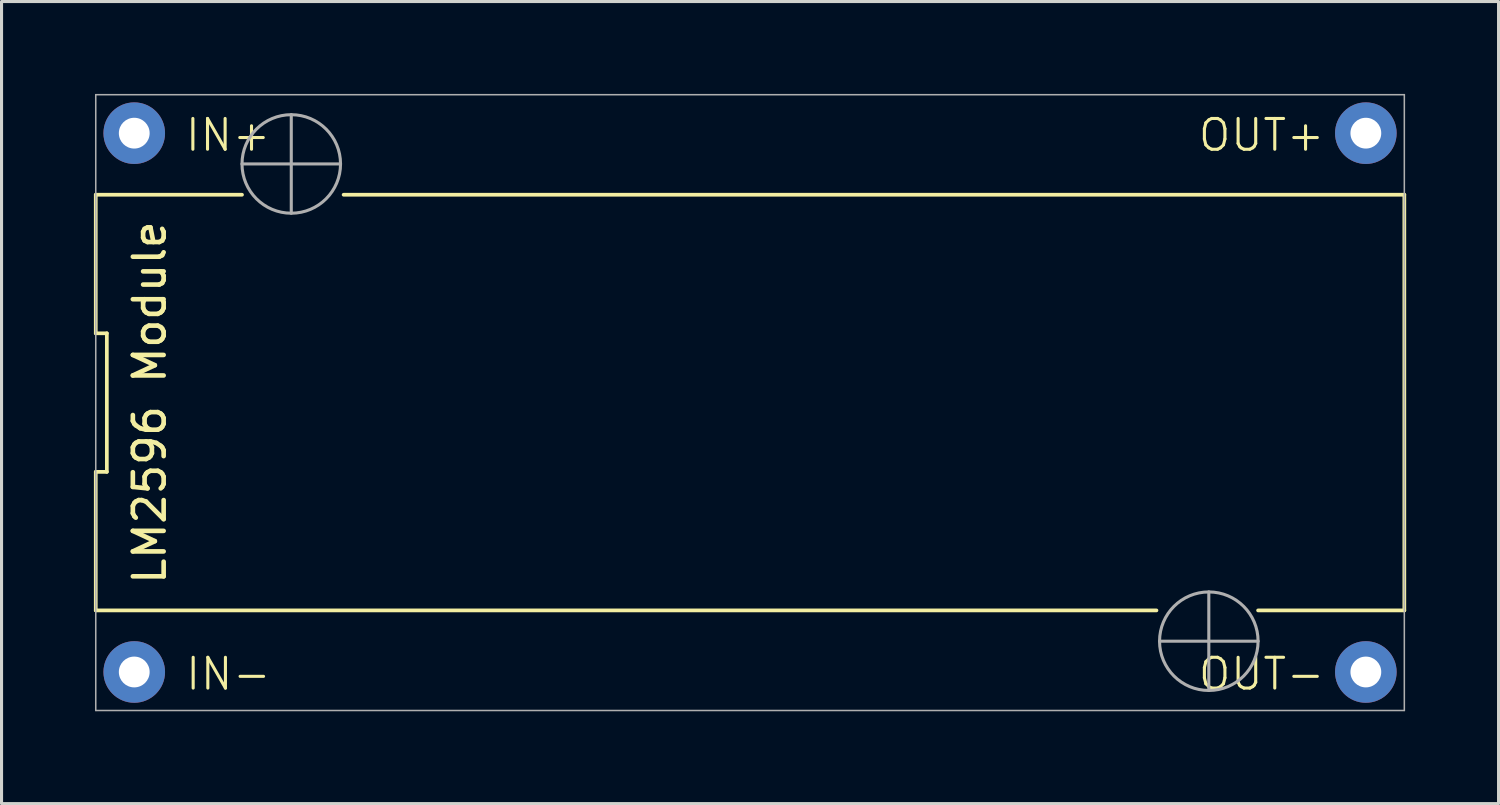
<source format=kicad_pcb>
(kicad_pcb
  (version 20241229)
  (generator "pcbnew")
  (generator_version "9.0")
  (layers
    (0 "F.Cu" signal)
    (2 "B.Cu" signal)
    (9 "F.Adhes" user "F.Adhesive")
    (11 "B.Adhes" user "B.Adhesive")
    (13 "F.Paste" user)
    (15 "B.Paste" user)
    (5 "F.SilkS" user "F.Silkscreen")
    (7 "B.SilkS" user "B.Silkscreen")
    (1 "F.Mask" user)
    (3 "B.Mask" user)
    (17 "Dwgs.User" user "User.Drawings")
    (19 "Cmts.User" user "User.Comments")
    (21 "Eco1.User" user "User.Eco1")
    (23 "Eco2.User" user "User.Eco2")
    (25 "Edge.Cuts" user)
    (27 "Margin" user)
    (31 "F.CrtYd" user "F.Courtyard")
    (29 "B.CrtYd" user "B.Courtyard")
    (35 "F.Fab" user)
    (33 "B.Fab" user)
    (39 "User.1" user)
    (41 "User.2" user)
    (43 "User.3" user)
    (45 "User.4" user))
  (footprint "LM2596 Module"
    (layer "F.Cu")
    (at 21.31 10.025)
    (property "Reference" "LM2596 Module" (at -19.5 0 90) (layer "F.SilkS") (effects (font (size 1 1) (thickness 0.15))))
    (attr through_hole)
    (fp_line (start -21.25 -6.75) (end -21.25 -2.25) (stroke (width 0.12) (type default)) (layer "F.SilkS"))
    (fp_line (start -21.25 -2.25) (end -20.89 -2.25) (stroke (width 0.12) (type default)) (layer "F.SilkS"))
    (fp_line (start -21.25 2.25) (end -21.25 6.75) (stroke (width 0.12) (type default)) (layer "F.SilkS"))
    (fp_line (start -21.25 6.75) (end 13.2 6.75) (stroke (width 0.12) (type default)) (layer "F.SilkS"))
    (fp_line (start -20.89 -2.25) (end -20.89 2.25) (stroke (width 0.12) (type default)) (layer "F.SilkS"))
    (fp_line (start -20.89 2.25) (end -21.25 2.25) (stroke (width 0.12) (type default)) (layer "F.SilkS"))
    (fp_line (start -16.5 -6.75) (end -21.25 -6.75) (stroke (width 0.12) (type default)) (layer "F.SilkS"))
    (fp_line (start 16.5 6.75) (end 21.25 6.75) (stroke (width 0.12) (type default)) (layer "F.SilkS"))
    (fp_line (start 21.25 -6.75) (end -13.2 -6.75) (stroke (width 0.12) (type default)) (layer "F.SilkS"))
    (fp_line (start 21.25 6.75) (end 21.25 -6.75) (stroke (width 0.12) (type default)) (layer "F.SilkS"))
    (fp_line (start -21.25 -10) (end 21.25 -10) (stroke (width 0.05) (type default)) (layer "F.Fab"))
    (fp_line (start -21.25 10) (end -21.25 -10) (stroke (width 0.05) (type default)) (layer "F.Fab"))
    (fp_line (start -14.9 -6.15) (end -14.9 -9.35) (stroke (width 0.1) (type default)) (layer "F.Fab"))
    (fp_line (start -13.3 -7.75) (end -16.5 -7.75) (stroke (width 0.1) (type default)) (layer "F.Fab"))
    (fp_line (start 14.9 6.15) (end 14.9 9.35) (stroke (width 0.1) (type default)) (layer "F.Fab"))
    (fp_line (start 16.5 7.75) (end 13.3 7.75) (stroke (width 0.1) (type default)) (layer "F.Fab"))
    (fp_line (start 21.25 -10) (end 21.25 10) (stroke (width 0.05) (type default)) (layer "F.Fab"))
    (fp_line (start 21.25 10) (end -21.25 10) (stroke (width 0.05) (type default)) (layer "F.Fab"))
    (fp_circle (center -14.9 -7.75) (end -13.3 -7.75) (stroke (width 0.1) (type default)) (fill no) (layer "F.Fab"))
    (fp_circle (center 14.9 7.75) (end 16.5 7.75) (stroke (width 0.1) (type default)) (fill no) (layer "F.Fab"))
    (fp_text user "OUT-" (at 14.5 9.4 0) (unlocked yes) (layer "F.SilkS") (effects (font (size 1 1) (thickness 0.1)) (justify left bottom)))
    (fp_text user "OUT+" (at 14.5 -8.1 0) (unlocked yes) (layer "F.SilkS") (effects (font (size 1 1) (thickness 0.1)) (justify left bottom)))
    (fp_text user "IN-" (at -18.39 9.4 0) (unlocked yes) (layer "F.SilkS") (effects (font (size 1 1) (thickness 0.1)) (justify left bottom)))
    (fp_text user "IN+" (at -18.4 -8.1 0) (unlocked yes) (layer "F.SilkS") (effects (font (size 1 1) (thickness 0.1)) (justify left bottom)))
    (pad "1" thru_hole circle (at -20 8.75) (size 2 2) (drill 1) (layers "*.Cu" "*.Mask"))
    (pad "2" thru_hole circle (at 20 8.75) (size 2 2) (drill 1) (layers "*.Cu" "*.Mask"))
    (pad "3" thru_hole circle (at 20 -8.75) (size 2 2) (drill 1) (layers "*.Cu" "*.Mask"))
    (pad "4" thru_hole circle (at -20 -8.75) (size 2 2) (drill 1) (layers "*.Cu" "*.Mask")))
  (gr_rect
    (start -3 -3)
    (end 45.62 23.05)
    (stroke (width 0.1) (type default))
    (fill no)
    (layer "Edge.Cuts")))
</source>
